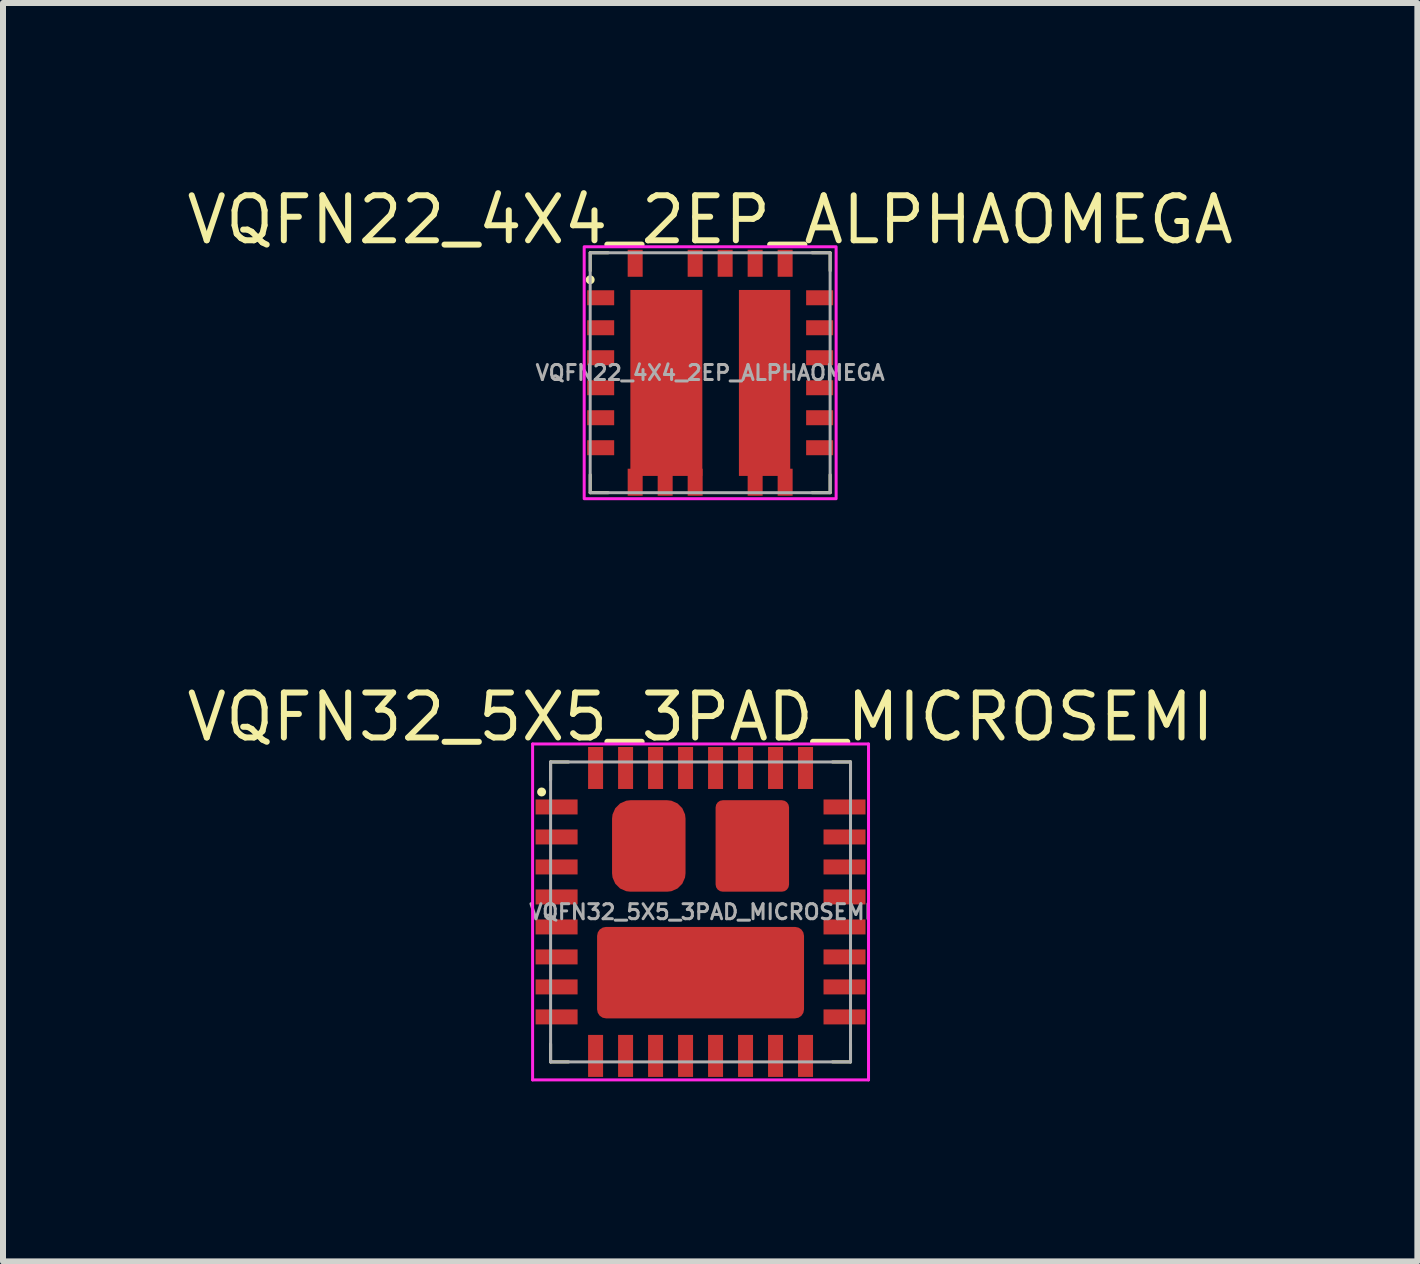
<source format=kicad_pcb>
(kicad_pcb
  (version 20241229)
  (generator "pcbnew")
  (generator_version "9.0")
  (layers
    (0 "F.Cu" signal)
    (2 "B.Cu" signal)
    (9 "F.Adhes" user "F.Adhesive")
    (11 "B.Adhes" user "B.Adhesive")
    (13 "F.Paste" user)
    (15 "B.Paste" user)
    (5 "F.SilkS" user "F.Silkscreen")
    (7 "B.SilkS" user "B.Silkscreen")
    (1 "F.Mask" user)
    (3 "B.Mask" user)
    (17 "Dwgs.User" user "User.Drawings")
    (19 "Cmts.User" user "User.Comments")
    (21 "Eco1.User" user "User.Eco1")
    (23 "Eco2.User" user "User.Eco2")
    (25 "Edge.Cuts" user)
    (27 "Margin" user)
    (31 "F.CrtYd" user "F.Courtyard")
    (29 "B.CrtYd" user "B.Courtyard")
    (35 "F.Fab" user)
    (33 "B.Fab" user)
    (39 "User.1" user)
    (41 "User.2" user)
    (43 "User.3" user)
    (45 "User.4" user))
  (footprint "VQFN32_5X5_3PAD_MICROSEMI"
    (layer "F.Cu")
    (at 8.629 12.153)
    (property "Reference" "VQFN32_5X5_3PAD_MICROSEMI" (at 0 -3.25 0) (unlocked yes) (layer "F.SilkS") (effects (font (size 0.75 0.75) (thickness 0.1))))
    (attr smd)
    (fp_line (start -2.5 -2.5) (end -2.5 -2.2) (stroke (width 0.05) (type solid)) (layer "F.SilkS"))
    (fp_line (start -2.5 2.2) (end -2.5 2.5) (stroke (width 0.05) (type solid)) (layer "F.SilkS"))
    (fp_line (start -2.5 2.5) (end -2.2 2.5) (stroke (width 0.05) (type solid)) (layer "F.SilkS"))
    (fp_line (start -2.2 -2.5) (end -2.5 -2.5) (stroke (width 0.05) (type solid)) (layer "F.SilkS"))
    (fp_line (start 2.2 2.5) (end 2.5 2.5) (stroke (width 0.05) (type solid)) (layer "F.SilkS"))
    (fp_line (start 2.5 -2.5) (end 2.2 -2.5) (stroke (width 0.05) (type solid)) (layer "F.SilkS"))
    (fp_line (start 2.5 -2.2) (end 2.5 -2.5) (stroke (width 0.05) (type solid)) (layer "F.SilkS"))
    (fp_line (start 2.5 2.5) (end 2.5 2.2) (stroke (width 0.05) (type solid)) (layer "F.SilkS"))
    (fp_circle (center -2.65 -2) (end -2.65 -2) (stroke (width 0.05) (type solid)) (fill no) (layer "F.SilkS"))
    (fp_circle (center -2.65 -2) (end -2.6 -2) (stroke (width 0.05) (type solid)) (fill no) (layer "F.SilkS"))
    (fp_line (start -2.8 -2.8) (end 2.8 -2.8) (stroke (width 0.05) (type solid)) (layer "F.CrtYd"))
    (fp_line (start -2.8 2.8) (end -2.8 -2.8) (stroke (width 0.05) (type solid)) (layer "F.CrtYd"))
    (fp_line (start 2.8 -2.8) (end 2.8 2.8) (stroke (width 0.05) (type solid)) (layer "F.CrtYd"))
    (fp_line (start 2.8 2.8) (end -2.8 2.8) (stroke (width 0.05) (type solid)) (layer "F.CrtYd"))
    (fp_line (start -2.5 -2.5) (end 2.5 -2.5) (stroke (width 0.05) (type solid)) (layer "F.Fab"))
    (fp_line (start -2.5 2.5) (end -2.5 -2.5) (stroke (width 0.05) (type solid)) (layer "F.Fab"))
    (fp_line (start -2.5 2.5) (end 2.5 2.5) (stroke (width 0.05) (type solid)) (layer "F.Fab"))
    (fp_line (start 2.5 2.5) (end 2.5 -2.5) (stroke (width 0.05) (type solid)) (layer "F.Fab"))
    (fp_text user "${REFERENCE}" (at 0 0 0) (unlocked yes) (layer "F.Fab") (effects (font (size 0.25 0.25) (thickness 0.05))))
    (pad "1" smd rect (at -2.4 -1.75) (size 0.7 0.25) (layers "F.Cu" "F.Mask" "F.Paste"))
    (pad "2" smd rect (at -2.4 -1.25) (size 0.7 0.25) (layers "F.Cu" "F.Mask" "F.Paste"))
    (pad "3" smd rect (at -2.4 -0.75) (size 0.7 0.25) (layers "F.Cu" "F.Mask" "F.Paste"))
    (pad "4" smd rect (at -2.4 -0.25) (size 0.7 0.25) (layers "F.Cu" "F.Mask" "F.Paste"))
    (pad "5" smd rect (at -2.4 0.25) (size 0.7 0.25) (layers "F.Cu" "F.Mask" "F.Paste"))
    (pad "6" smd rect (at -2.4 0.75) (size 0.7 0.25) (layers "F.Cu" "F.Mask" "F.Paste"))
    (pad "7" smd rect (at -2.4 1.25) (size 0.7 0.25) (layers "F.Cu" "F.Mask" "F.Paste"))
    (pad "8" smd rect (at -2.4 1.75) (size 0.7 0.25) (layers "F.Cu" "F.Mask" "F.Paste"))
    (pad "9" smd rect (at -1.75 2.4 90) (size 0.7 0.25) (layers "F.Cu" "F.Mask" "F.Paste"))
    (pad "10" smd rect (at -1.25 2.4 90) (size 0.7 0.25) (layers "F.Cu" "F.Mask" "F.Paste"))
    (pad "11" smd rect (at -0.75 2.4 90) (size 0.7 0.25) (layers "F.Cu" "F.Mask" "F.Paste"))
    (pad "12" smd rect (at -0.25 2.4 90) (size 0.7 0.25) (layers "F.Cu" "F.Mask" "F.Paste"))
    (pad "13" smd rect (at 0.25 2.4 90) (size 0.7 0.25) (layers "F.Cu" "F.Mask" "F.Paste"))
    (pad "14" smd rect (at 0.75 2.4 90) (size 0.7 0.25) (layers "F.Cu" "F.Mask" "F.Paste"))
    (pad "15" smd rect (at 1.25 2.4 90) (size 0.7 0.25) (layers "F.Cu" "F.Mask" "F.Paste"))
    (pad "16" smd rect (at 1.75 2.4 90) (size 0.7 0.25) (layers "F.Cu" "F.Mask" "F.Paste"))
    (pad "17" smd rect (at 2.4 1.75 180) (size 0.7 0.25) (layers "F.Cu" "F.Mask" "F.Paste"))
    (pad "18" smd rect (at 2.4 1.25 180) (size 0.7 0.25) (layers "F.Cu" "F.Mask" "F.Paste"))
    (pad "19" smd rect (at 2.4 0.75 180) (size 0.7 0.25) (layers "F.Cu" "F.Mask" "F.Paste"))
    (pad "20" smd rect (at 2.4 0.25 180) (size 0.7 0.25) (layers "F.Cu" "F.Mask" "F.Paste"))
    (pad "21" smd rect (at 2.4 -0.25 180) (size 0.7 0.25) (layers "F.Cu" "F.Mask" "F.Paste"))
    (pad "22" smd rect (at 2.4 -0.75 180) (size 0.7 0.25) (layers "F.Cu" "F.Mask" "F.Paste"))
    (pad "23" smd rect (at 2.4 -1.25 180) (size 0.7 0.25) (layers "F.Cu" "F.Mask" "F.Paste"))
    (pad "24" smd rect (at 2.4 -1.75 180) (size 0.7 0.25) (layers "F.Cu" "F.Mask" "F.Paste"))
    (pad "25" smd rect (at 1.75 -2.4 270) (size 0.7 0.25) (layers "F.Cu" "F.Mask" "F.Paste"))
    (pad "26" smd rect (at 1.25 -2.4 270) (size 0.7 0.25) (layers "F.Cu" "F.Mask" "F.Paste"))
    (pad "27" smd rect (at 0.75 -2.4 270) (size 0.7 0.25) (layers "F.Cu" "F.Mask" "F.Paste"))
    (pad "28" smd rect (at 0.25 -2.4 270) (size 0.7 0.25) (layers "F.Cu" "F.Mask" "F.Paste"))
    (pad "29" smd rect (at -0.25 -2.4 270) (size 0.7 0.25) (layers "F.Cu" "F.Mask" "F.Paste"))
    (pad "30" smd rect (at -0.75 -2.4 270) (size 0.7 0.25) (layers "F.Cu" "F.Mask" "F.Paste"))
    (pad "31" smd rect (at -1.25 -2.4 270) (size 0.7 0.25) (layers "F.Cu" "F.Mask" "F.Paste"))
    (pad "32" smd rect (at -1.75 -2.4 270) (size 0.7 0.25) (layers "F.Cu" "F.Mask" "F.Paste"))
    (pad "P1" smd roundrect (at 0.863 -1.1) (size 1.225 1.525) (layers "F.Cu" "F.Mask" "F.Paste") (roundrect_rratio 0.098))
    (pad "P2" smd roundrect (at -0.863 -1.1) (size 1.225 1.525) (layers "F.Cu" "F.Mask" "F.Paste") (roundrect_rratio 0.25))
    (pad "P3" smd roundrect (at 0 1.012) (size 3.45 1.525) (layers "F.Cu" "F.Mask" "F.Paste") (roundrect_rratio 0.098)))
  (footprint "VQFN22_4X4_2EP_ALPHAOMEGA"
    (layer "F.Cu")
    (at 8.789 3.164)
    (property "Reference" "VQFN22_4X4_2EP_ALPHAOMEGA" (at 0 -2.55 0) (unlocked yes) (layer "F.SilkS") (effects (font (size 0.75 0.75) (thickness 0.1))))
    (attr smd)
    (fp_line (start -2 -2) (end -2 -1.7) (stroke (width 0.05) (type solid)) (layer "F.SilkS"))
    (fp_line (start -2 1.7) (end -2 2) (stroke (width 0.05) (type solid)) (layer "F.SilkS"))
    (fp_line (start -2 2) (end -1.7 2) (stroke (width 0.05) (type solid)) (layer "F.SilkS"))
    (fp_line (start -1.7 -2) (end -2 -2) (stroke (width 0.05) (type solid)) (layer "F.SilkS"))
    (fp_line (start 1.7 2) (end 2 2) (stroke (width 0.05) (type solid)) (layer "F.SilkS"))
    (fp_line (start 2 -2) (end 1.7 -2) (stroke (width 0.05) (type solid)) (layer "F.SilkS"))
    (fp_line (start 2 -1.7) (end 2 -2) (stroke (width 0.05) (type solid)) (layer "F.SilkS"))
    (fp_line (start 2 2) (end 2 1.7) (stroke (width 0.05) (type solid)) (layer "F.SilkS"))
    (fp_circle (center -2 -1.55) (end -2 -1.55) (stroke (width 0.05) (type solid)) (fill no) (layer "F.SilkS"))
    (fp_circle (center -2 -1.55) (end -1.95 -1.55) (stroke (width 0.05) (type solid)) (fill no) (layer "F.SilkS"))
    (fp_rect (start -2.1 -2.1) (end 2.1 2.1) (stroke (width 0.05) (type solid)) (fill no) (layer "F.CrtYd"))
    (fp_rect (start -2 -2) (end 2 2) (stroke (width 0.05) (type solid)) (fill no) (layer "F.Fab"))
    (fp_text user "${REFERENCE}" (at 0 0 0) (unlocked yes) (layer "F.Fab") (effects (font (size 0.25 0.25) (thickness 0.05))))
    (pad "1" smd rect (at -1.825 -1.25) (size 0.45 0.25) (layers "F.Cu" "F.Mask" "F.Paste"))
    (pad "2" smd rect (at -1.825 -0.75) (size 0.45 0.25) (layers "F.Cu" "F.Mask" "F.Paste"))
    (pad "3" smd rect (at -1.825 -0.25) (size 0.45 0.25) (layers "F.Cu" "F.Mask" "F.Paste"))
    (pad "4" smd rect (at -1.825 0.25) (size 0.45 0.25) (layers "F.Cu" "F.Mask" "F.Paste"))
    (pad "5" smd rect (at -1.825 0.75) (size 0.45 0.25) (layers "F.Cu" "F.Mask" "F.Paste"))
    (pad "6" smd rect (at -1.825 1.25) (size 0.45 0.25) (layers "F.Cu" "F.Mask" "F.Paste"))
    (pad "7" smd rect (at -1.25 1.825 90) (size 0.45 0.25) (layers "F.Cu" "F.Mask" "F.Paste"))
    (pad "8" smd rect (at -0.75 1.825 90) (size 0.45 0.25) (layers "F.Cu" "F.Mask" "F.Paste"))
    (pad "9" smd rect (at -0.25 1.825 90) (size 0.45 0.25) (layers "F.Cu" "F.Mask" "F.Paste"))
    (pad "10" smd rect (at 0.75 1.825 90) (size 0.45 0.25) (layers "F.Cu" "F.Mask" "F.Paste"))
    (pad "11" smd rect (at 1.25 1.825 90) (size 0.45 0.25) (layers "F.Cu" "F.Mask" "F.Paste"))
    (pad "12" smd rect (at 1.825 1.25) (size 0.45 0.25) (layers "F.Cu" "F.Mask" "F.Paste"))
    (pad "13" smd rect (at 1.825 0.75) (size 0.45 0.25) (layers "F.Cu" "F.Mask" "F.Paste"))
    (pad "14" smd rect (at 1.825 0.25) (size 0.45 0.25) (layers "F.Cu" "F.Mask" "F.Paste"))
    (pad "15" smd rect (at 1.825 -0.25) (size 0.45 0.25) (layers "F.Cu" "F.Mask" "F.Paste"))
    (pad "16" smd rect (at 1.825 -0.75) (size 0.45 0.25) (layers "F.Cu" "F.Mask" "F.Paste"))
    (pad "17" smd rect (at 1.825 -1.25) (size 0.45 0.25) (layers "F.Cu" "F.Mask" "F.Paste"))
    (pad "18" smd rect (at 1.25 -1.825 90) (size 0.45 0.25) (layers "F.Cu" "F.Mask" "F.Paste"))
    (pad "19" smd rect (at 0.75 -1.825 90) (size 0.45 0.25) (layers "F.Cu" "F.Mask" "F.Paste"))
    (pad "20" smd rect (at 0.25 -1.825 90) (size 0.45 0.25) (layers "F.Cu" "F.Mask" "F.Paste"))
    (pad "21" smd rect (at -0.25 -1.825 90) (size 0.45 0.25) (layers "F.Cu" "F.Mask" "F.Paste"))
    (pad "22" smd rect (at -1.25 -1.825 90) (size 0.45 0.25) (layers "F.Cu" "F.Mask" "F.Paste"))
    (pad "P1" smd rect (at -0.73 0.17 180) (size 1.2 3.1) (layers "F.Cu" "F.Mask" "F.Paste"))
    (pad "P2" smd rect (at 0.907 0.17 180) (size 0.855 3.1) (layers "F.Cu" "F.Mask" "F.Paste")))
  (gr_rect
    (start -3 -3)
    (end 20.579 17.979)
    (stroke (width 0.1) (type default))
    (fill no)
    (layer "Edge.Cuts")))
</source>
